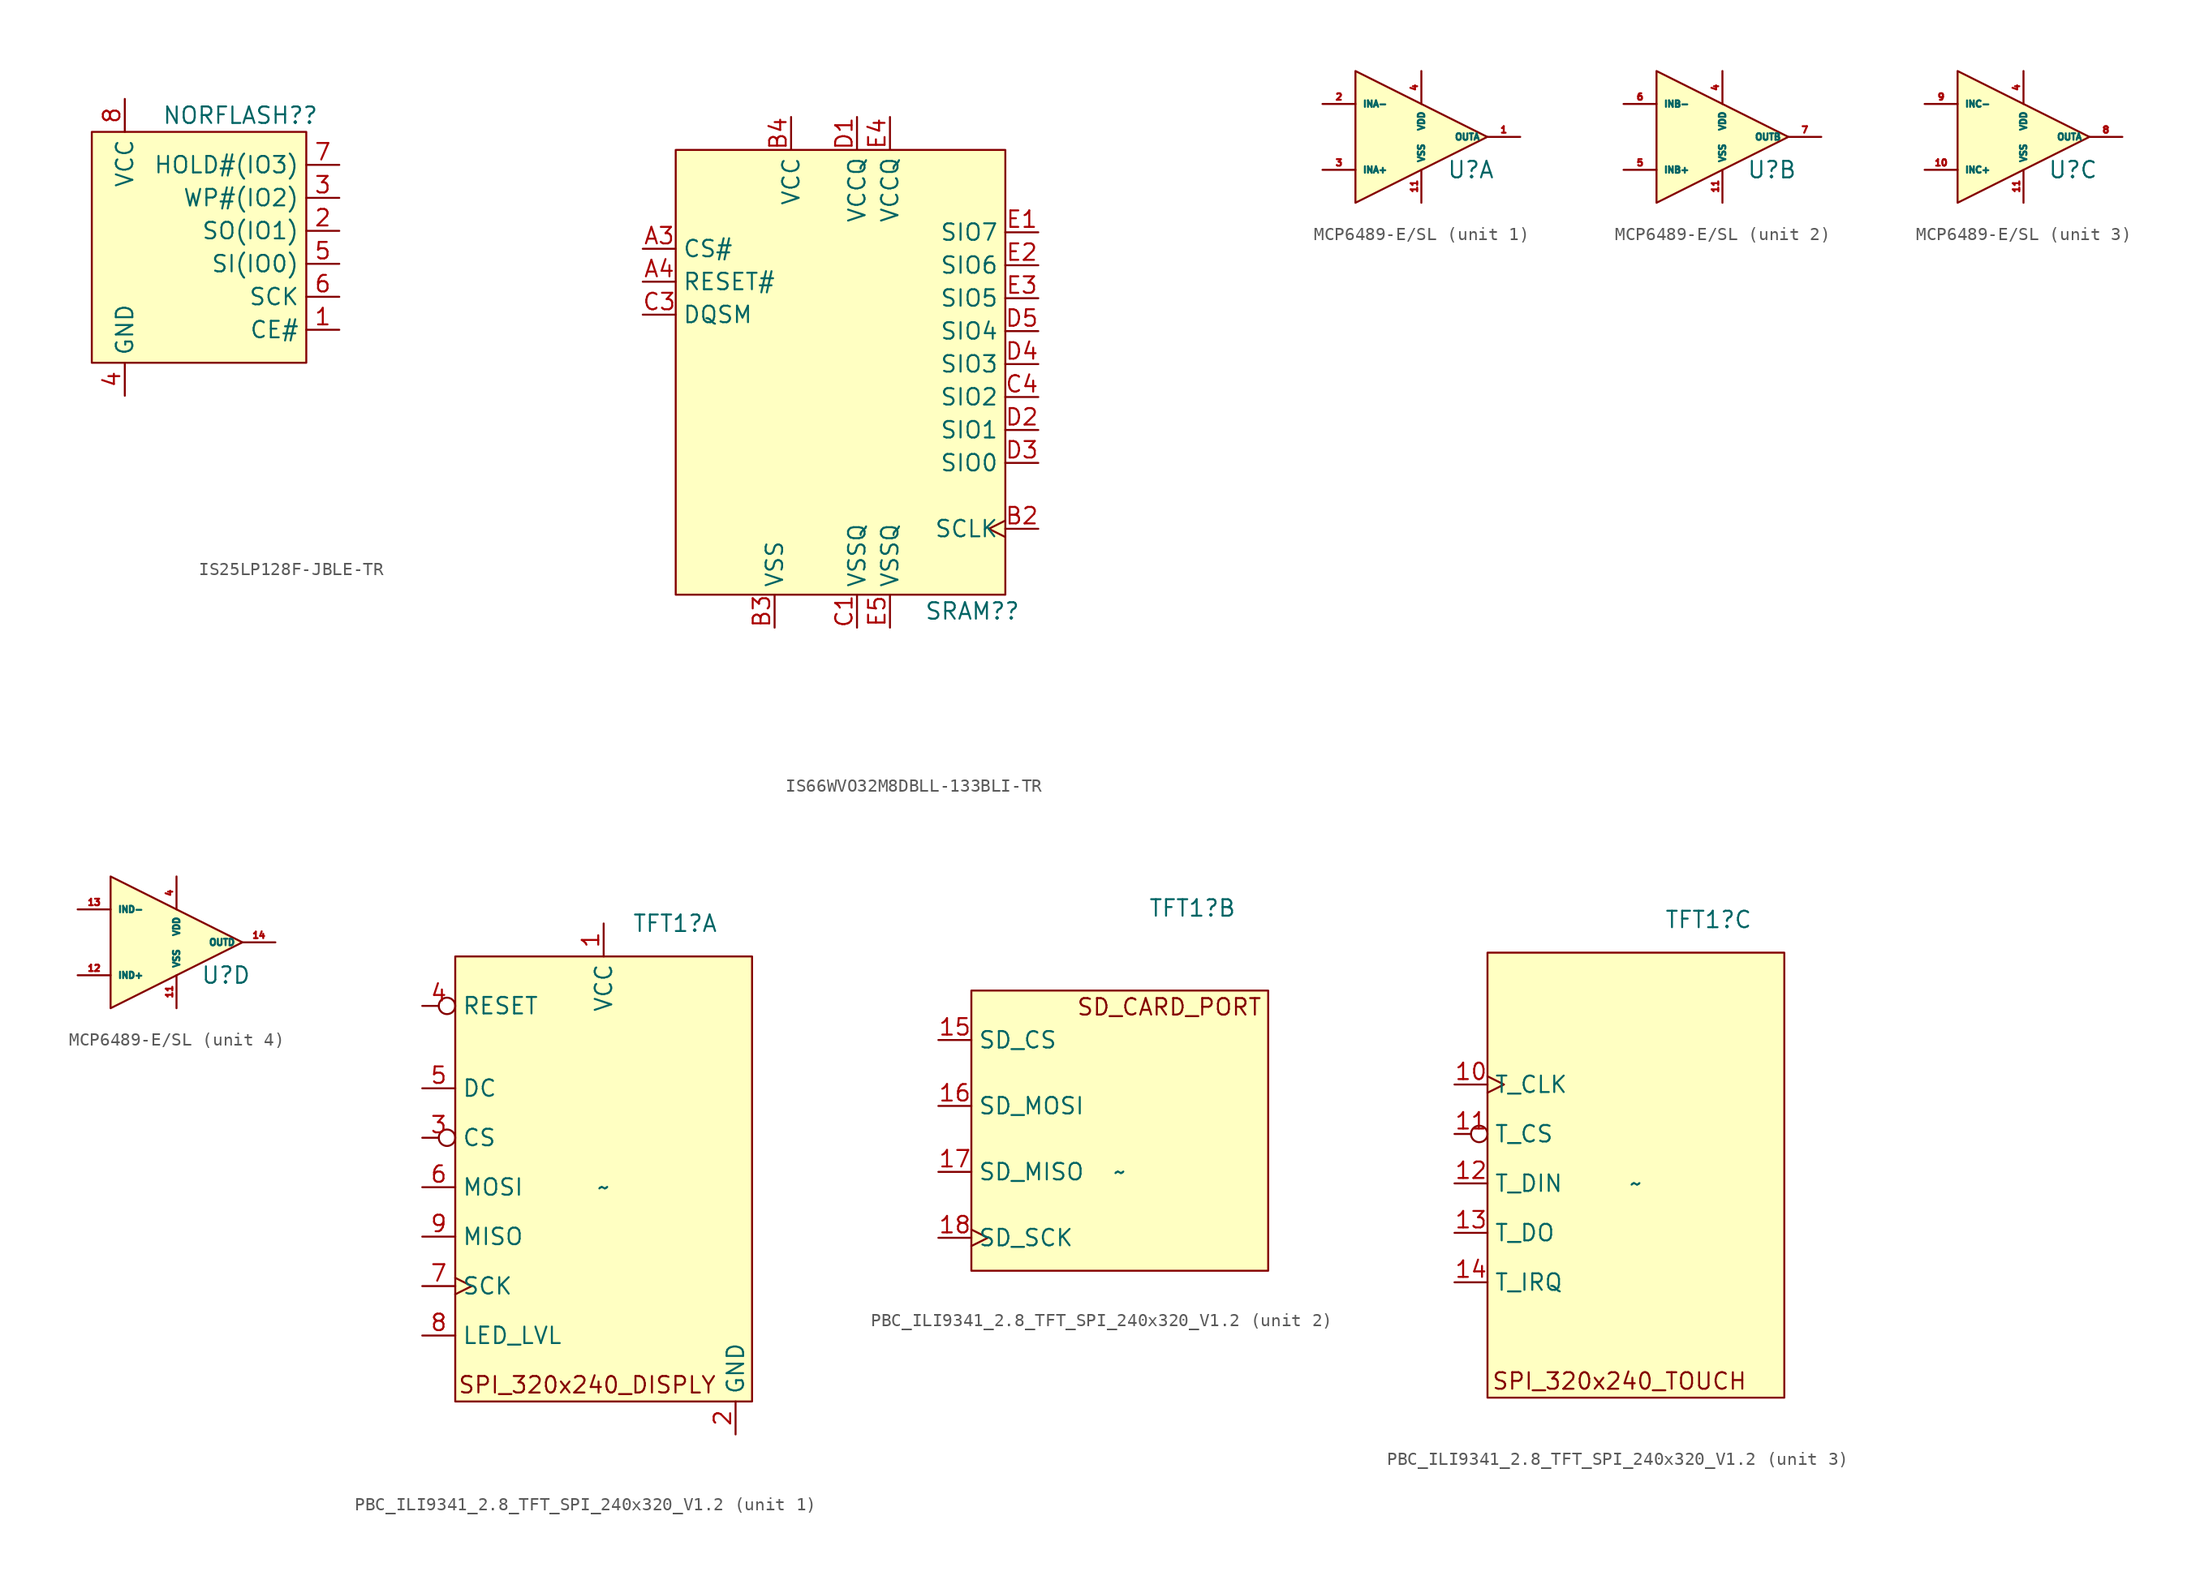
<source format=kicad_sym>
(kicad_symbol_lib
  (version 20220914)
  (generator kicad_symbol_editor)
  (symbol "IS25LP128F-JBLE-TR"
    (property "Reference" "NORFLASH?"
      (at 5.08 10.16 0)
      (effects (font (size 1.27 1.27))))
    (property "Value" ""
      (at 24.13 -20.32 0)
      (effects (font (size 1.27 1.27))))
    (symbol "IS25LP128F-JBLE-TR_1_1"
      (rectangle (start -6.35 8.89) (end 10.16 -8.89) (stroke (width 0) (type default)) (fill (type background)))
      (pin input line (at 12.7 -6.35 180) (length 2.54) (name "CE#" (effects (font (size 1.27 1.27)))) (number "1" (effects (font (size 1.27 1.27)))))
      (pin bidirectional line (at 12.7 1.27 180) (length 2.54) (name "SO(IO1)" (effects (font (size 1.27 1.27)))) (number "2" (effects (font (size 1.27 1.27)))))
      (pin bidirectional line (at 12.7 3.81 180) (length 2.54) (name "WP#(IO2)" (effects (font (size 1.27 1.27)))) (number "3" (effects (font (size 1.27 1.27)))))
      (pin power_in line (at -3.81 -11.43 90) (length 2.54) (name "GND" (effects (font (size 1.27 1.27)))) (number "4" (effects (font (size 1.27 1.27)))))
      (pin bidirectional line (at 12.7 -1.27 180) (length 2.54) (name "SI(IO0)" (effects (font (size 1.27 1.27)))) (number "5" (effects (font (size 1.27 1.27)))))
      (pin input line (at 12.7 -3.81 180) (length 2.54) (name "SCK" (effects (font (size 1.27 1.27)))) (number "6" (effects (font (size 1.27 1.27)))))
      (pin input line (at 12.7 6.35 180) (length 2.54) (name "HOLD#(IO3)" (effects (font (size 1.27 1.27)))) (number "7" (effects (font (size 1.27 1.27)))))
      (pin power_in line (at -3.81 11.43 270) (length 2.54) (name "VCC" (effects (font (size 1.27 1.27)))) (number "8" (effects (font (size 1.27 1.27)))))))
  (symbol "IS66WVO32M8DBLL-133BLI-TR"
    (property "Reference" "SRAM?"
      (at 10.16 -12.7 0)
      (effects (font (size 1.27 1.27))))
    (property "Value" ""
      (at 26.67 -20.32 0)
      (effects (font (size 1.27 1.27))))
    (symbol "IS66WVO32M8DBLL-133BLI-TR_1_1"
      (rectangle (start -12.7 22.86) (end 12.7 -11.43) (stroke (width 0) (type default) (color 132 0 0 1)) (fill (type background)))
      (pin no_connect line (at -15.24 6.35 0) (length 2.54) hide (name "NC" (effects (font (size 1.27 1.27)))) (number "A2" (effects (font (size 1.27 1.27)))))
      (pin input line (at -15.24 15.24 0) (length 2.54) (name "CS#" (effects (font (size 1.27 1.27)))) (number "A3" (effects (font (size 1.27 1.27)))))
      (pin input line (at -15.24 12.7 0) (length 2.54) (name "RESET#" (effects (font (size 1.27 1.27)))) (number "A4" (effects (font (size 1.27 1.27)))))
      (pin no_connect line (at -15.24 3.81 0) (length 2.54) hide (name "RFU" (effects (font (size 1.27 1.27)))) (number "A5" (effects (font (size 1.27 1.27)))))
      (pin no_connect line (at -15.24 1.27 0) (length 2.54) hide (name "RFU" (effects (font (size 1.27 1.27)))) (number "B1" (effects (font (size 1.27 1.27)))))
      (pin input clock (at 15.24 -6.35 180) (length 2.54) (name "SCLK" (effects (font (size 1.27 1.27)))) (number "B2" (effects (font (size 1.27 1.27)))))
      (pin power_in line (at -5.08 -13.97 90) (length 2.54) (name "VSS" (effects (font (size 1.27 1.27)))) (number "B3" (effects (font (size 1.27 1.27)))))
      (pin power_in line (at -3.81 25.4 270) (length 2.54) (name "VCC" (effects (font (size 1.27 1.27)))) (number "B4" (effects (font (size 1.27 1.27)))))
      (pin no_connect line (at -15.24 -1.27 0) (length 2.54) hide (name "RFU" (effects (font (size 1.27 1.27)))) (number "B5" (effects (font (size 1.27 1.27)))))
      (pin power_in line (at 1.27 -13.97 90) (length 2.54) (name "VSSQ" (effects (font (size 1.27 1.27)))) (number "C1" (effects (font (size 1.27 1.27)))))
      (pin no_connect line (at -15.24 -3.81 0) (length 2.54) hide (name "RFU" (effects (font (size 1.27 1.27)))) (number "C2" (effects (font (size 1.27 1.27)))))
      (pin bidirectional line (at -15.24 10.16 0) (length 2.54) (name "DQSM" (effects (font (size 1.27 1.27)))) (number "C3" (effects (font (size 1.27 1.27)))))
      (pin bidirectional line (at 15.24 3.81 180) (length 2.54) (name "SIO2" (effects (font (size 1.27 1.27)))) (number "C4" (effects (font (size 1.27 1.27)))))
      (pin no_connect line (at -15.24 -6.35 0) (length 2.54) hide (name "RFU" (effects (font (size 1.27 1.27)))) (number "C5" (effects (font (size 1.27 1.27)))))
      (pin power_in line (at 1.27 25.4 270) (length 2.54) (name "VCCQ" (effects (font (size 1.27 1.27)))) (number "D1" (effects (font (size 1.27 1.27)))))
      (pin bidirectional line (at 15.24 1.27 180) (length 2.54) (name "SIO1" (effects (font (size 1.27 1.27)))) (number "D2" (effects (font (size 1.27 1.27)))))
      (pin bidirectional line (at 15.24 -1.27 180) (length 2.54) (name "SIO0" (effects (font (size 1.27 1.27)))) (number "D3" (effects (font (size 1.27 1.27)))))
      (pin bidirectional line (at 15.24 6.35 180) (length 2.54) (name "SIO3" (effects (font (size 1.27 1.27)))) (number "D4" (effects (font (size 1.27 1.27)))))
      (pin bidirectional line (at 15.24 8.89 180) (length 2.54) (name "SIO4" (effects (font (size 1.27 1.27)))) (number "D5" (effects (font (size 1.27 1.27)))))
      (pin bidirectional line (at 15.24 16.51 180) (length 2.54) (name "SIO7" (effects (font (size 1.27 1.27)))) (number "E1" (effects (font (size 1.27 1.27)))))
      (pin bidirectional line (at 15.24 13.97 180) (length 2.54) (name "SIO6" (effects (font (size 1.27 1.27)))) (number "E2" (effects (font (size 1.27 1.27)))))
      (pin bidirectional line (at 15.24 11.43 180) (length 2.54) (name "SIO5" (effects (font (size 1.27 1.27)))) (number "E3" (effects (font (size 1.27 1.27)))))
      (pin power_in line (at 3.81 25.4 270) (length 2.54) (name "VCCQ" (effects (font (size 1.27 1.27)))) (number "E4" (effects (font (size 1.27 1.27)))))
      (pin power_in line (at 3.81 -13.97 90) (length 2.54) (name "VSSQ" (effects (font (size 1.27 1.27)))) (number "E5" (effects (font (size 1.27 1.27)))))))
  (symbol "MCP6489-E/SL"
    (property "Reference" "U"
      (at 8.89 -2.54 0)
      (effects (font (size 1.27 1.27))))
    (property "Value" ""
      (at 12.7 -5.08 0)
      (effects (font (size 1.27 1.27))))
    (property "ki_locked" ""
      (at 0 0 0)
      (effects (font (size 1.27 1.27))))
    (symbol "MCP6489-E/SL_0_1"
      (polyline (pts (xy 0 5.08) (xy 10.16 0) (xy 0 -5.08) (xy 0 5.08)) (stroke (width 0) (type default)) (fill (type background)))
      (pin power_in line (at 5.08 -5.08 90) (length 2.54) (name "VSS" (effects (font (size 0.5 0.5)))) (number "11" (effects (font (size 0.5 0.5)))))
      (pin power_in line (at 5.08 5.08 270) (length 2.54) (name "VDD" (effects (font (size 0.5 0.5)))) (number "4" (effects (font (size 0.5 0.5))))))
    (symbol "MCP6489-E/SL_1_1"
      (pin output line (at 12.7 0 180) (length 2.54) (name "OUTA" (effects (font (size 0.5 0.5)))) (number "1" (effects (font (size 0.5 0.5)))))
      (pin input line (at -2.54 2.54 0) (length 2.54) (name "INA-" (effects (font (size 0.5 0.5)))) (number "2" (effects (font (size 0.5 0.5)))))
      (pin input line (at -2.54 -2.54 0) (length 2.54) (name "INA+" (effects (font (size 0.5 0.5)))) (number "3" (effects (font (size 0.5 0.5))))))
    (symbol "MCP6489-E/SL_2_1"
      (pin input line (at -2.54 -2.54 0) (length 2.54) (name "INB+" (effects (font (size 0.5 0.5)))) (number "5" (effects (font (size 0.5 0.5)))))
      (pin input line (at -2.54 2.54 0) (length 2.54) (name "INB-" (effects (font (size 0.5 0.5)))) (number "6" (effects (font (size 0.5 0.5)))))
      (pin output line (at 12.7 0 180) (length 2.54) (name "OUTB" (effects (font (size 0.5 0.5)))) (number "7" (effects (font (size 0.5 0.5))))))
    (symbol "MCP6489-E/SL_3_1"
      (pin input line (at -2.54 -2.54 0) (length 2.54) (name "INC+" (effects (font (size 0.5 0.5)))) (number "10" (effects (font (size 0.5 0.5)))))
      (pin output line (at 12.7 0 180) (length 2.54) (name "OUTA" (effects (font (size 0.5 0.5)))) (number "8" (effects (font (size 0.5 0.5)))))
      (pin input line (at -2.54 2.54 0) (length 2.54) (name "INC-" (effects (font (size 0.5 0.5)))) (number "9" (effects (font (size 0.5 0.5))))))
    (symbol "MCP6489-E/SL_4_1"
      (pin input line (at -2.54 -2.54 0) (length 2.54) (name "IND+" (effects (font (size 0.5 0.5)))) (number "12" (effects (font (size 0.5 0.5)))))
      (pin input line (at -2.54 2.54 0) (length 2.54) (name "IND-" (effects (font (size 0.5 0.5)))) (number "13" (effects (font (size 0.5 0.5)))))
      (pin output line (at 12.7 0 180) (length 2.54) (name "OUTD" (effects (font (size 0.5 0.5)))) (number "14" (effects (font (size 0.5 0.5)))))))
  (symbol "PBC_ILI9341_2.8_TFT_SPI_240x320_V1.2"
    (property "Reference" "TFT1"
      (at 2.194 20.32 0)
      (effects (font (size 1.27 1.27)) (justify left)))
    (property "Value" "~"
      (at 0 0 0)
      (effects (font (size 1.27 1.27))))
    (property "ki_locked" ""
      (at 0 0 0)
      (effects (font (size 1.27 1.27))))
    (symbol "PBC_ILI9341_2.8_TFT_SPI_240x320_V1.2_1_1"
      (rectangle (start -11.43 17.78) (end 11.43 -16.51) (stroke (width 0) (type default)) (fill (type background)))
      (text "SPI_320x240_DISPLY" (at -1.27 -15.24 0) (effects (font (size 1.27 1.27))))
      (pin power_in line (at 0 20.32 270) (length 2.54) (name "VCC" (effects (font (size 1.27 1.27)))) (number "1" (effects (font (size 1.27 1.27)))))
      (pin power_in line (at 10.16 -19.05 90) (length 2.54) (name "GND" (effects (font (size 1.27 1.27)))) (number "2" (effects (font (size 1.27 1.27)))))
      (pin input inverted (at -13.97 3.81 0) (length 2.54) (name "CS" (effects (font (size 1.27 1.27)))) (number "3" (effects (font (size 1.27 1.27)))))
      (pin input inverted (at -13.97 13.97 0) (length 2.54) (name "RESET" (effects (font (size 1.27 1.27)))) (number "4" (effects (font (size 1.27 1.27)))))
      (pin input line (at -13.97 7.62 0) (length 2.54) (name "DC" (effects (font (size 1.27 1.27)))) (number "5" (effects (font (size 1.27 1.27)))))
      (pin input line (at -13.97 0 0) (length 2.54) (name "MOSI" (effects (font (size 1.27 1.27)))) (number "6" (effects (font (size 1.27 1.27)))))
      (pin bidirectional clock (at -13.97 -7.62 0) (length 2.54) (name "SCK" (effects (font (size 1.27 1.27)))) (number "7" (effects (font (size 1.27 1.27)))))
      (pin input line (at -13.97 -11.43 0) (length 2.54) (name "LED_LVL" (effects (font (size 1.27 1.27)))) (number "8" (effects (font (size 1.27 1.27)))))
      (pin output line (at -13.97 -3.81 0) (length 2.54) (name "MISO" (effects (font (size 1.27 1.27)))) (number "9" (effects (font (size 1.27 1.27))))))
    (symbol "PBC_ILI9341_2.8_TFT_SPI_240x320_V1.2_2_1"
      (rectangle (start -11.43 13.97) (end 11.43 -7.62) (stroke (width 0) (type default)) (fill (type background)))
      (text "SD_CARD_PORT" (at 3.81 12.7 0) (effects (font (size 1.27 1.27))))
      (pin input line (at -13.97 10.16 0) (length 2.54) (name "SD_CS" (effects (font (size 1.27 1.27)))) (number "15" (effects (font (size 1.27 1.27)))))
      (pin input line (at -13.97 5.08 0) (length 2.54) (name "SD_MOSI" (effects (font (size 1.27 1.27)))) (number "16" (effects (font (size 1.27 1.27)))))
      (pin output line (at -13.97 0 0) (length 2.54) (name "SD_MISO" (effects (font (size 1.27 1.27)))) (number "17" (effects (font (size 1.27 1.27)))))
      (pin bidirectional clock (at -13.97 -5.08 0) (length 2.54) (name "SD_SCK" (effects (font (size 1.27 1.27)))) (number "18" (effects (font (size 1.27 1.27))))))
    (symbol "PBC_ILI9341_2.8_TFT_SPI_240x320_V1.2_3_1"
      (rectangle (start -11.43 17.78) (end 11.43 -16.51) (stroke (width 0) (type default)) (fill (type background)))
      (text "SPI_320x240_TOUCH" (at -1.27 -15.24 0) (effects (font (size 1.27 1.27))))
      (pin bidirectional clock (at -13.97 7.62 0) (length 2.54) (name "T_CLK" (effects (font (size 1.27 1.27)))) (number "10" (effects (font (size 1.27 1.27)))))
      (pin input inverted (at -13.97 3.81 0) (length 2.54) (name "T_CS" (effects (font (size 1.27 1.27)))) (number "11" (effects (font (size 1.27 1.27)))))
      (pin input line (at -13.97 0 0) (length 2.54) (name "T_DIN" (effects (font (size 1.27 1.27)))) (number "12" (effects (font (size 1.27 1.27)))))
      (pin output line (at -13.97 -3.81 0) (length 2.54) (name "T_DO" (effects (font (size 1.27 1.27)))) (number "13" (effects (font (size 1.27 1.27)))))
      (pin output line (at -13.97 -7.62 0) (length 2.54) (name "T_IRQ" (effects (font (size 1.27 1.27)))) (number "14" (effects (font (size 1.27 1.27))))))))
</source>
